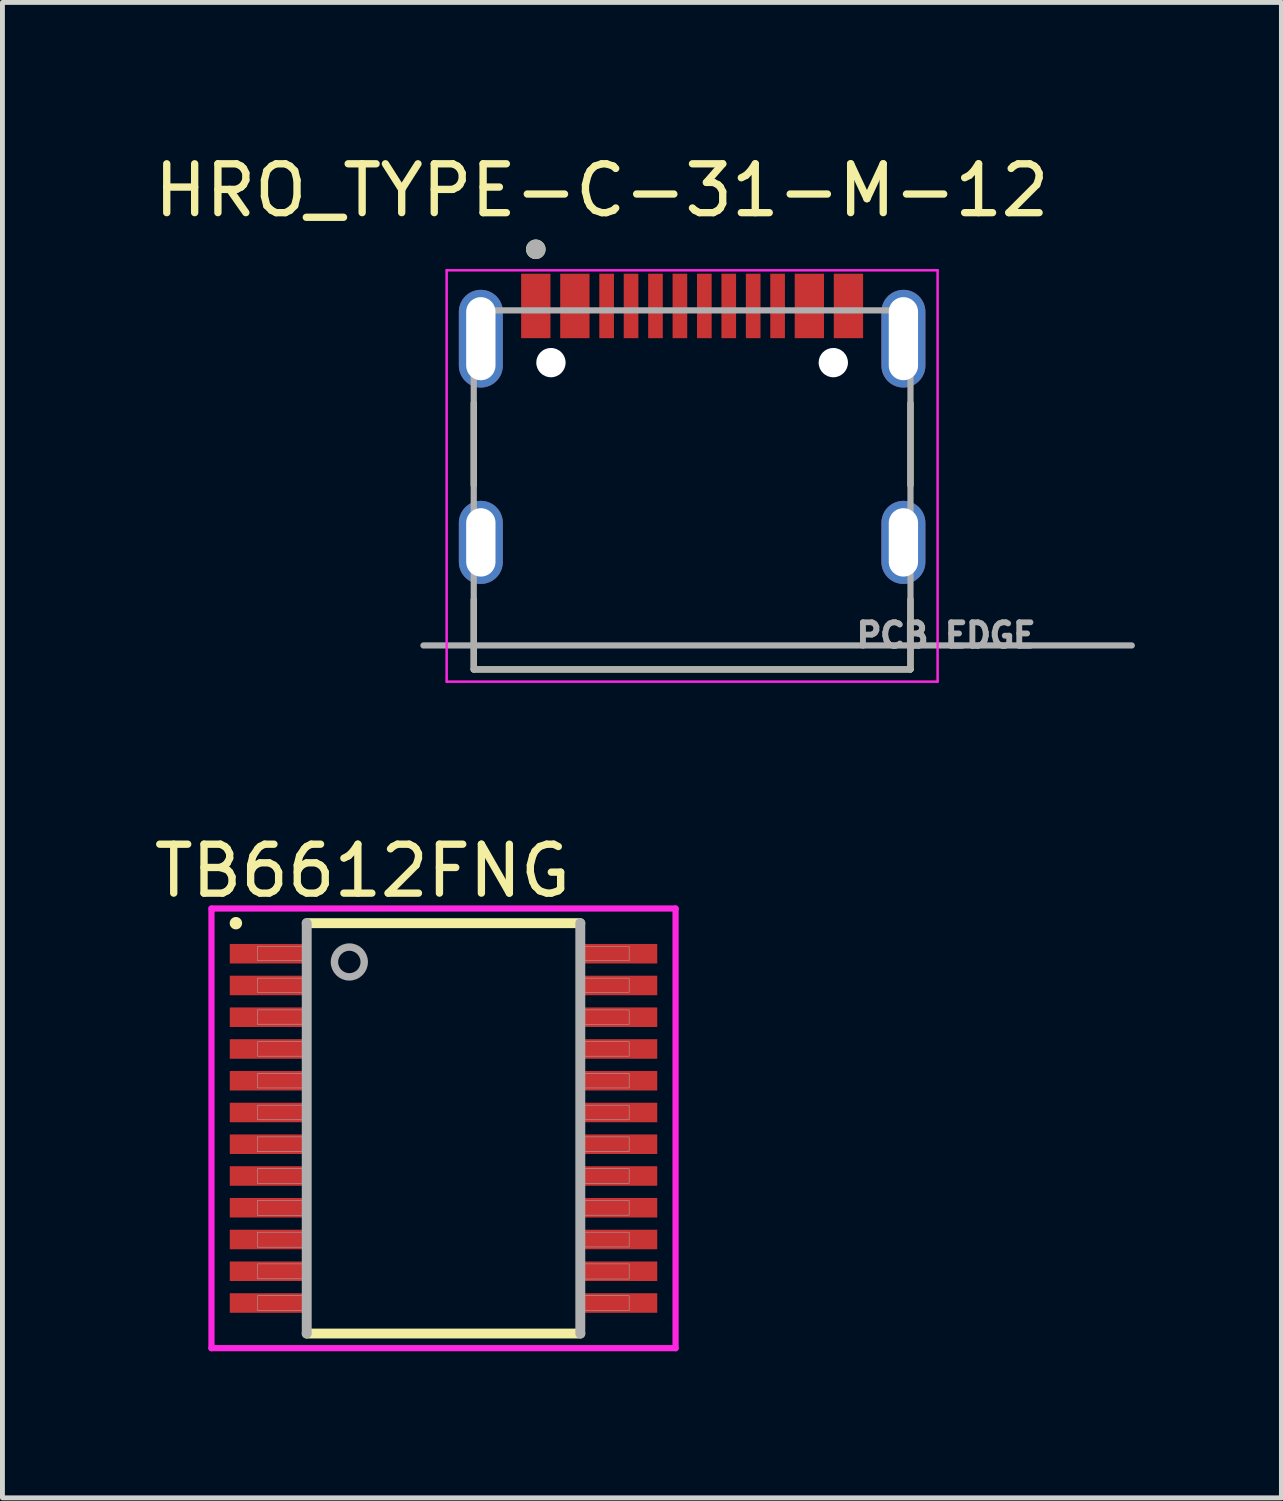
<source format=kicad_pcb>
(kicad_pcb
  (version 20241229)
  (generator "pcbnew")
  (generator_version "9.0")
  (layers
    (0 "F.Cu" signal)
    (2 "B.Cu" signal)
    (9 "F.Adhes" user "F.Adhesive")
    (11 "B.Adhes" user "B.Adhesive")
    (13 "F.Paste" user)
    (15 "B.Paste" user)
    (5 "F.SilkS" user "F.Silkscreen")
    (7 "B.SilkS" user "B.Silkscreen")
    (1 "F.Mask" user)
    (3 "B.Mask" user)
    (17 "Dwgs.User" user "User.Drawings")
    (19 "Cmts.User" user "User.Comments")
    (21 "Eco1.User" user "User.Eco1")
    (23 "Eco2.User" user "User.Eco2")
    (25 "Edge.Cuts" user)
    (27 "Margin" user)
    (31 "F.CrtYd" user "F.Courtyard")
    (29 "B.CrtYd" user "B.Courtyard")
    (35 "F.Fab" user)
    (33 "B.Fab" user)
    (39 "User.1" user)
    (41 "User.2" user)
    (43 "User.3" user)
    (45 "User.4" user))
  (footprint "TB6612FNG"
    (layer "F.Cu")
    (at 6.029 20.048)
    (property "Reference" "TB6612FNG" (at -1.658 -5.271 0) (layer "F.SilkS") (effects (font (size 1.002 1.002) (thickness 0.15))))
    (attr smd)
    (fp_line (start -2.8 4.2) (end 2.8 4.2) (stroke (width 0.203) (type solid)) (layer "F.SilkS"))
    (fp_line (start 2.8 -4.2) (end -2.8 -4.2) (stroke (width 0.203) (type solid)) (layer "F.SilkS"))
    (fp_circle (center -4.25 -4.2) (end -4.123 -4.2) (stroke (width 0) (type solid)) (fill yes) (layer "F.SilkS"))
    (fp_line (start -4.75 -4.5) (end 4.75 -4.5) (stroke (width 0.127) (type solid)) (layer "F.CrtYd"))
    (fp_line (start -4.75 4.5) (end -4.75 -4.5) (stroke (width 0.127) (type solid)) (layer "F.CrtYd"))
    (fp_line (start 4.75 -4.5) (end 4.75 4.5) (stroke (width 0.127) (type solid)) (layer "F.CrtYd"))
    (fp_line (start 4.75 4.5) (end -4.75 4.5) (stroke (width 0.127) (type solid)) (layer "F.CrtYd"))
    (fp_line (start -2.8 -4.2) (end -2.8 4.2) (stroke (width 0.203) (type solid)) (layer "F.Fab"))
    (fp_line (start 2.8 4.2) (end 2.8 -4.2) (stroke (width 0.203) (type solid)) (layer "F.Fab"))
    (fp_circle (center -1.928 -3.406) (end -1.623 -3.406) (stroke (width 0.152) (type solid)) (fill no) (layer "F.Fab"))
    (fp_poly (pts (xy -3.812 -2.425) (xy -2.8 -2.425) (xy -2.8 -2.132) (xy -3.812 -2.132)) (stroke (width 0.01) (type solid)) (fill no) (layer "F.Fab"))
    (fp_poly (pts (xy -3.812 0.175) (xy -2.8 0.175) (xy -2.8 0.476) (xy -3.812 0.476)) (stroke (width 0.01) (type solid)) (fill no) (layer "F.Fab"))
    (fp_poly (pts (xy -3.811 -3.725) (xy -2.8 -3.725) (xy -2.8 -3.435) (xy -3.811 -3.435)) (stroke (width 0.01) (type solid)) (fill no) (layer "F.Fab"))
    (fp_poly (pts (xy -3.81 1.475) (xy -2.8 1.475) (xy -2.8 1.78) (xy -3.81 1.78)) (stroke (width 0.01) (type solid)) (fill no) (layer "F.Fab"))
    (fp_poly (pts (xy -3.81 2.125) (xy -2.8 2.125) (xy -2.8 2.432) (xy -3.81 2.432)) (stroke (width 0.01) (type solid)) (fill no) (layer "F.Fab"))
    (fp_poly (pts (xy -3.808 -1.125) (xy -2.8 -1.125) (xy -2.8 -0.827) (xy -3.808 -0.827)) (stroke (width 0.01) (type solid)) (fill no) (layer "F.Fab"))
    (fp_poly (pts (xy -3.808 2.775) (xy -2.8 2.775) (xy -2.8 3.081) (xy -3.808 3.081)) (stroke (width 0.01) (type solid)) (fill no) (layer "F.Fab"))
    (fp_poly (pts (xy -3.808 3.425) (xy -2.8 3.425) (xy -2.8 3.733) (xy -3.808 3.733)) (stroke (width 0.01) (type solid)) (fill no) (layer "F.Fab"))
    (fp_poly (pts (xy -3.808 0.825) (xy -2.8 0.825) (xy -2.8 1.127) (xy -3.808 1.127)) (stroke (width 0.01) (type solid)) (fill no) (layer "F.Fab"))
    (fp_poly (pts (xy -3.807 -1.775) (xy -2.8 -1.775) (xy -2.8 -1.478) (xy -3.807 -1.478)) (stroke (width 0.01) (type solid)) (fill no) (layer "F.Fab"))
    (fp_poly (pts (xy -3.807 -0.475) (xy -2.8 -0.475) (xy -2.8 -0.175) (xy -3.807 -0.175)) (stroke (width 0.01) (type solid)) (fill no) (layer "F.Fab"))
    (fp_poly (pts (xy -3.807 -3.075) (xy -2.8 -3.075) (xy -2.8 -2.78) (xy -3.807 -2.78)) (stroke (width 0.01) (type solid)) (fill no) (layer "F.Fab"))
    (fp_poly (pts (xy 2.802 -2.425) (xy 3.8 -2.425) (xy 3.8 -2.126) (xy 2.802 -2.126)) (stroke (width 0.01) (type solid)) (fill no) (layer "F.Fab"))
    (fp_poly (pts (xy 2.803 1.475) (xy 3.8 1.475) (xy 3.8 1.777) (xy 2.803 1.777)) (stroke (width 0.01) (type solid)) (fill no) (layer "F.Fab"))
    (fp_poly (pts (xy 2.804 2.125) (xy 3.8 2.125) (xy 3.8 2.428) (xy 2.804 2.428)) (stroke (width 0.01) (type solid)) (fill no) (layer "F.Fab"))
    (fp_poly (pts (xy 2.805 3.425) (xy 3.8 3.425) (xy 3.8 3.731) (xy 2.805 3.731)) (stroke (width 0.01) (type solid)) (fill no) (layer "F.Fab"))
    (fp_poly (pts (xy 2.805 -3.725) (xy 3.8 -3.725) (xy 3.8 -3.431) (xy 2.805 -3.431)) (stroke (width 0.01) (type solid)) (fill no) (layer "F.Fab"))
    (fp_poly (pts (xy 2.805 -1.775) (xy 3.8 -1.775) (xy 3.8 -1.478) (xy 2.805 -1.478)) (stroke (width 0.01) (type solid)) (fill no) (layer "F.Fab"))
    (fp_poly (pts (xy 2.806 -3.075) (xy 3.8 -3.075) (xy 3.8 -2.781) (xy 2.806 -2.781)) (stroke (width 0.01) (type solid)) (fill no) (layer "F.Fab"))
    (fp_poly (pts (xy 2.806 0.175) (xy 3.8 0.175) (xy 3.8 0.476) (xy 2.806 0.476)) (stroke (width 0.01) (type solid)) (fill no) (layer "F.Fab"))
    (fp_poly (pts (xy 2.807 -1.125) (xy 3.8 -1.125) (xy 3.8 -0.827) (xy 2.807 -0.827)) (stroke (width 0.01) (type solid)) (fill no) (layer "F.Fab"))
    (fp_poly (pts (xy 2.807 -0.475) (xy 3.8 -0.475) (xy 3.8 -0.175) (xy 2.807 -0.175)) (stroke (width 0.01) (type solid)) (fill no) (layer "F.Fab"))
    (fp_poly (pts (xy 2.808 0.825) (xy 3.8 0.825) (xy 3.8 1.128) (xy 2.808 1.128)) (stroke (width 0.01) (type solid)) (fill no) (layer "F.Fab"))
    (fp_poly (pts (xy 2.808 2.775) (xy 3.8 2.775) (xy 3.8 3.084) (xy 2.808 3.084)) (stroke (width 0.01) (type solid)) (fill no) (layer "F.Fab"))
    (pad "1" smd rect (at -3.625 -3.575 270) (size 0.4 1.5) (layers "F.Cu" "F.Mask" "F.Paste"))
    (pad "2" smd rect (at -3.625 -2.925 270) (size 0.4 1.5) (layers "F.Cu" "F.Mask" "F.Paste"))
    (pad "3" smd rect (at -3.625 -2.275 270) (size 0.4 1.5) (layers "F.Cu" "F.Mask" "F.Paste"))
    (pad "4" smd rect (at -3.625 -1.625 270) (size 0.4 1.5) (layers "F.Cu" "F.Mask" "F.Paste"))
    (pad "5" smd rect (at -3.625 -0.975 270) (size 0.4 1.5) (layers "F.Cu" "F.Mask" "F.Paste"))
    (pad "6" smd rect (at -3.625 -0.325 270) (size 0.4 1.5) (layers "F.Cu" "F.Mask" "F.Paste"))
    (pad "7" smd rect (at -3.625 0.325 270) (size 0.4 1.5) (layers "F.Cu" "F.Mask" "F.Paste"))
    (pad "8" smd rect (at -3.625 0.975 270) (size 0.4 1.5) (layers "F.Cu" "F.Mask" "F.Paste"))
    (pad "9" smd rect (at -3.625 1.625 270) (size 0.4 1.5) (layers "F.Cu" "F.Mask" "F.Paste"))
    (pad "10" smd rect (at -3.625 2.275 270) (size 0.4 1.5) (layers "F.Cu" "F.Mask" "F.Paste"))
    (pad "11" smd rect (at -3.625 2.925 270) (size 0.4 1.5) (layers "F.Cu" "F.Mask" "F.Paste"))
    (pad "12" smd rect (at -3.625 3.575 270) (size 0.4 1.5) (layers "F.Cu" "F.Mask" "F.Paste"))
    (pad "13" smd rect (at 3.625 3.575 270) (size 0.4 1.5) (layers "F.Cu" "F.Mask" "F.Paste"))
    (pad "14" smd rect (at 3.625 2.925 270) (size 0.4 1.5) (layers "F.Cu" "F.Mask" "F.Paste"))
    (pad "15" smd rect (at 3.625 2.275 270) (size 0.4 1.5) (layers "F.Cu" "F.Mask" "F.Paste"))
    (pad "16" smd rect (at 3.625 1.625 270) (size 0.4 1.5) (layers "F.Cu" "F.Mask" "F.Paste"))
    (pad "17" smd rect (at 3.625 0.975 270) (size 0.4 1.5) (layers "F.Cu" "F.Mask" "F.Paste"))
    (pad "18" smd rect (at 3.625 0.325 270) (size 0.4 1.5) (layers "F.Cu" "F.Mask" "F.Paste"))
    (pad "19" smd rect (at 3.625 -0.325 270) (size 0.4 1.5) (layers "F.Cu" "F.Mask" "F.Paste"))
    (pad "20" smd rect (at 3.625 -0.975 270) (size 0.4 1.5) (layers "F.Cu" "F.Mask" "F.Paste"))
    (pad "21" smd rect (at 3.625 -1.625 270) (size 0.4 1.5) (layers "F.Cu" "F.Mask" "F.Paste"))
    (pad "22" smd rect (at 3.625 -2.275 270) (size 0.4 1.5) (layers "F.Cu" "F.Mask" "F.Paste"))
    (pad "23" smd rect (at 3.625 -2.925 270) (size 0.4 1.5) (layers "F.Cu" "F.Mask" "F.Paste"))
    (pad "24" smd rect (at 3.625 -3.575 270) (size 0.4 1.5) (layers "F.Cu" "F.Mask" "F.Paste")))
  (footprint "HRO_TYPE-C-31-M-12"
    (layer "F.Cu")
    (at 11.118 8.053)
    (property "Reference" "HRO_TYPE-C-31-M-12" (at -1.85 -7.205 0) (layer "F.SilkS") (effects (font (size 1 1) (thickness 0.15))))
    (attr smd)
    (fp_poly (pts (xy -3.55 -5.57) (xy -2.85 -5.57) (xy -2.85 -4.13) (xy -3.55 -4.13)) (stroke (width 0.01) (type solid)) (fill yes) (layer "F.Mask"))
    (fp_poly (pts (xy -2.75 -5.57) (xy -2.05 -5.57) (xy -2.05 -4.13) (xy -2.75 -4.13)) (stroke (width 0.01) (type solid)) (fill yes) (layer "F.Mask"))
    (fp_poly (pts (xy -1.95 -5.57) (xy -1.55 -5.57) (xy -1.55 -4.13) (xy -1.95 -4.13)) (stroke (width 0.01) (type solid)) (fill yes) (layer "F.Mask"))
    (fp_poly (pts (xy -1.45 -5.57) (xy -1.05 -5.57) (xy -1.05 -4.13) (xy -1.45 -4.13)) (stroke (width 0.01) (type solid)) (fill yes) (layer "F.Mask"))
    (fp_poly (pts (xy -0.95 -5.57) (xy -0.55 -5.57) (xy -0.55 -4.13) (xy -0.95 -4.13)) (stroke (width 0.01) (type solid)) (fill yes) (layer "F.Mask"))
    (fp_poly (pts (xy -0.45 -5.57) (xy -0.05 -5.57) (xy -0.05 -4.13) (xy -0.45 -4.13)) (stroke (width 0.01) (type solid)) (fill yes) (layer "F.Mask"))
    (fp_poly (pts (xy 0.05 -5.57) (xy 0.45 -5.57) (xy 0.45 -4.13) (xy 0.05 -4.13)) (stroke (width 0.01) (type solid)) (fill yes) (layer "F.Mask"))
    (fp_poly (pts (xy 0.55 -5.57) (xy 0.95 -5.57) (xy 0.95 -4.13) (xy 0.55 -4.13)) (stroke (width 0.01) (type solid)) (fill yes) (layer "F.Mask"))
    (fp_poly (pts (xy 1.05 -5.57) (xy 1.45 -5.57) (xy 1.45 -4.13) (xy 1.05 -4.13)) (stroke (width 0.01) (type solid)) (fill yes) (layer "F.Mask"))
    (fp_poly (pts (xy 1.55 -5.57) (xy 1.95 -5.57) (xy 1.95 -4.13) (xy 1.55 -4.13)) (stroke (width 0.01) (type solid)) (fill yes) (layer "F.Mask"))
    (fp_poly (pts (xy 2.05 -5.57) (xy 2.75 -5.57) (xy 2.75 -4.13) (xy 2.05 -4.13)) (stroke (width 0.01) (type solid)) (fill yes) (layer "F.Mask"))
    (fp_poly (pts (xy 2.85 -5.57) (xy 3.55 -5.57) (xy 3.55 -4.13) (xy 2.85 -4.13)) (stroke (width 0.01) (type solid)) (fill yes) (layer "F.Mask"))
    (fp_line (start -4.47 -2.85) (end -4.47 -1.17) (stroke (width 0.127) (type solid)) (layer "F.SilkS"))
    (fp_line (start -4.47 2.6) (end -4.47 1.17) (stroke (width 0.127) (type solid)) (layer "F.SilkS"))
    (fp_line (start -4.47 2.6) (end 4.47 2.6) (stroke (width 0.127) (type solid)) (layer "F.SilkS"))
    (fp_line (start 4.47 -2.85) (end 4.47 -1.17) (stroke (width 0.127) (type solid)) (layer "F.SilkS"))
    (fp_line (start 4.47 2.6) (end 4.47 1.17) (stroke (width 0.127) (type solid)) (layer "F.SilkS"))
    (fp_circle (center -3.2 -6) (end -3.1 -6) (stroke (width 0.2) (type solid)) (fill no) (layer "F.SilkS"))
    (fp_line (start -5.025 -5.57) (end -5.025 2.85) (stroke (width 0.05) (type solid)) (layer "F.CrtYd"))
    (fp_line (start -5.025 2.85) (end 5.025 2.85) (stroke (width 0.05) (type solid)) (layer "F.CrtYd"))
    (fp_line (start 5.025 -5.57) (end -5.025 -5.57) (stroke (width 0.05) (type solid)) (layer "F.CrtYd"))
    (fp_line (start 5.025 2.85) (end 5.025 -5.57) (stroke (width 0.05) (type solid)) (layer "F.CrtYd"))
    (fp_line (start -5.5 2.11) (end 9 2.11) (stroke (width 0.127) (type solid)) (layer "F.Fab"))
    (fp_line (start -4.47 -4.75) (end -4.47 2.6) (stroke (width 0.127) (type solid)) (layer "F.Fab"))
    (fp_line (start -4.47 2.6) (end 4.47 2.6) (stroke (width 0.127) (type solid)) (layer "F.Fab"))
    (fp_line (start 4.47 -4.75) (end -4.47 -4.75) (stroke (width 0.127) (type solid)) (layer "F.Fab"))
    (fp_line (start 4.47 2.6) (end 4.47 -4.75) (stroke (width 0.127) (type solid)) (layer "F.Fab"))
    (fp_circle (center -3.2 -6) (end -3.1 -6) (stroke (width 0.2) (type solid)) (fill no) (layer "F.Fab"))
    (fp_text user "PCB EDGE" (at 5.2 1.9 0) (layer "F.Fab") (effects (font (size 0.48 0.48) (thickness 0.15))))
    (pad "" np_thru_hole circle (at -2.89 -3.68) (size 0.6 0.6) (drill 0.6) (layers "*.Cu" "*.Mask"))
    (pad "" np_thru_hole circle (at 2.89 -3.68) (size 0.6 0.6) (drill 0.6) (layers "*.Cu" "*.Mask"))
    (pad "A1_B12" smd rect (at -3.2 -4.84) (size 0.6 1.32) (layers "F.Cu" "F.Paste"))
    (pad "A4_B9" smd rect (at -2.4 -4.84) (size 0.6 1.32) (layers "F.Cu" "F.Paste"))
    (pad "A5" smd rect (at -1.25 -4.84) (size 0.3 1.32) (layers "F.Cu" "F.Paste"))
    (pad "A6" smd rect (at -0.25 -4.84) (size 0.3 1.32) (layers "F.Cu" "F.Paste"))
    (pad "A7" smd rect (at 0.25 -4.84) (size 0.3 1.32) (layers "F.Cu" "F.Paste"))
    (pad "A8" smd rect (at 1.25 -4.84) (size 0.3 1.32) (layers "F.Cu" "F.Paste"))
    (pad "B1_A12" smd rect (at 3.2 -4.84) (size 0.6 1.32) (layers "F.Cu" "F.Paste"))
    (pad "B4_A9" smd rect (at 2.4 -4.84) (size 0.6 1.32) (layers "F.Cu" "F.Paste"))
    (pad "B5" smd rect (at 1.75 -4.84) (size 0.3 1.32) (layers "F.Cu" "F.Paste"))
    (pad "B6" smd rect (at 0.75 -4.84) (size 0.3 1.32) (layers "F.Cu" "F.Paste"))
    (pad "B7" smd rect (at -0.75 -4.84) (size 0.3 1.32) (layers "F.Cu" "F.Paste"))
    (pad "B8" smd rect (at -1.75 -4.84) (size 0.3 1.32) (layers "F.Cu" "F.Paste"))
    (pad "S1" thru_hole oval (at -4.325 -4.17) (size 0.9 2) (drill oval 0.6 1.7) (layers "*.Cu" "*.Mask"))
    (pad "S2" thru_hole oval (at 4.325 -4.17) (size 0.9 2) (drill oval 0.6 1.7) (layers "*.Cu" "*.Mask"))
    (pad "S3" thru_hole oval (at -4.325 0) (size 0.9 1.7) (drill oval 0.6 1.4) (layers "*.Cu" "*.Mask"))
    (pad "S4" thru_hole oval (at 4.325 0) (size 0.9 1.7) (drill oval 0.6 1.4) (layers "*.Cu" "*.Mask")))
  (gr_rect
    (start -3 -3)
    (end 23.181 27.612)
    (stroke (width 0.1) (type default))
    (fill no)
    (layer "Edge.Cuts")))
</source>
